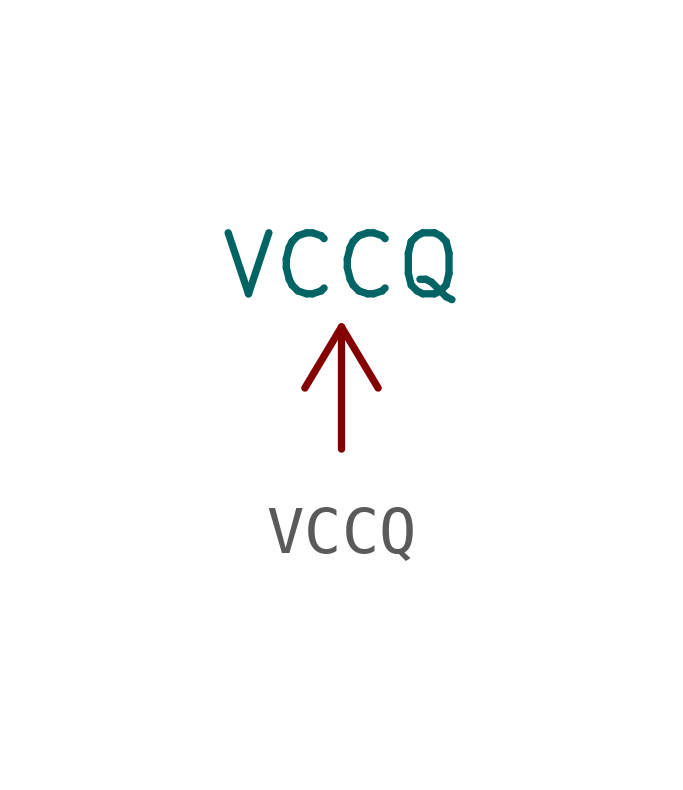
<source format=kicad_sym>
(kicad_symbol_lib
  (version 20211014)
  (generator kicad_symbol_editor)
  (symbol "power1:VCCQ"
    (power)
    (pin_names
      (offset 0))
    (property "Reference" "#PWR"
      (at 0 -3.81 0)
      (effects (font (size 1.27 1.27)) hide))
    (property "Value" "VCCQ"
      (at 0 3.81 0)
      (effects (font (size 1.27 1.27))))
    (symbol "VCCQ_0_1"
      (polyline (pts (xy -0.762 1.27) (xy 0 2.54)) (stroke (width 0) (type default) (color 0 0 0 0)) (fill (type none)))
      (polyline (pts (xy 0 0) (xy 0 2.54)) (stroke (width 0) (type default) (color 0 0 0 0)) (fill (type none)))
      (polyline (pts (xy 0 2.54) (xy 0.762 1.27)) (stroke (width 0) (type default) (color 0 0 0 0)) (fill (type none))))
    (symbol "VCCQ_1_1"
      (pin power_in line (at 0 0 90) (length 0) hide (name "VCCQ" (effects (font (size 1.27 1.27)))) (number "1" (effects (font (size 1.27 1.27))))))))
</source>
